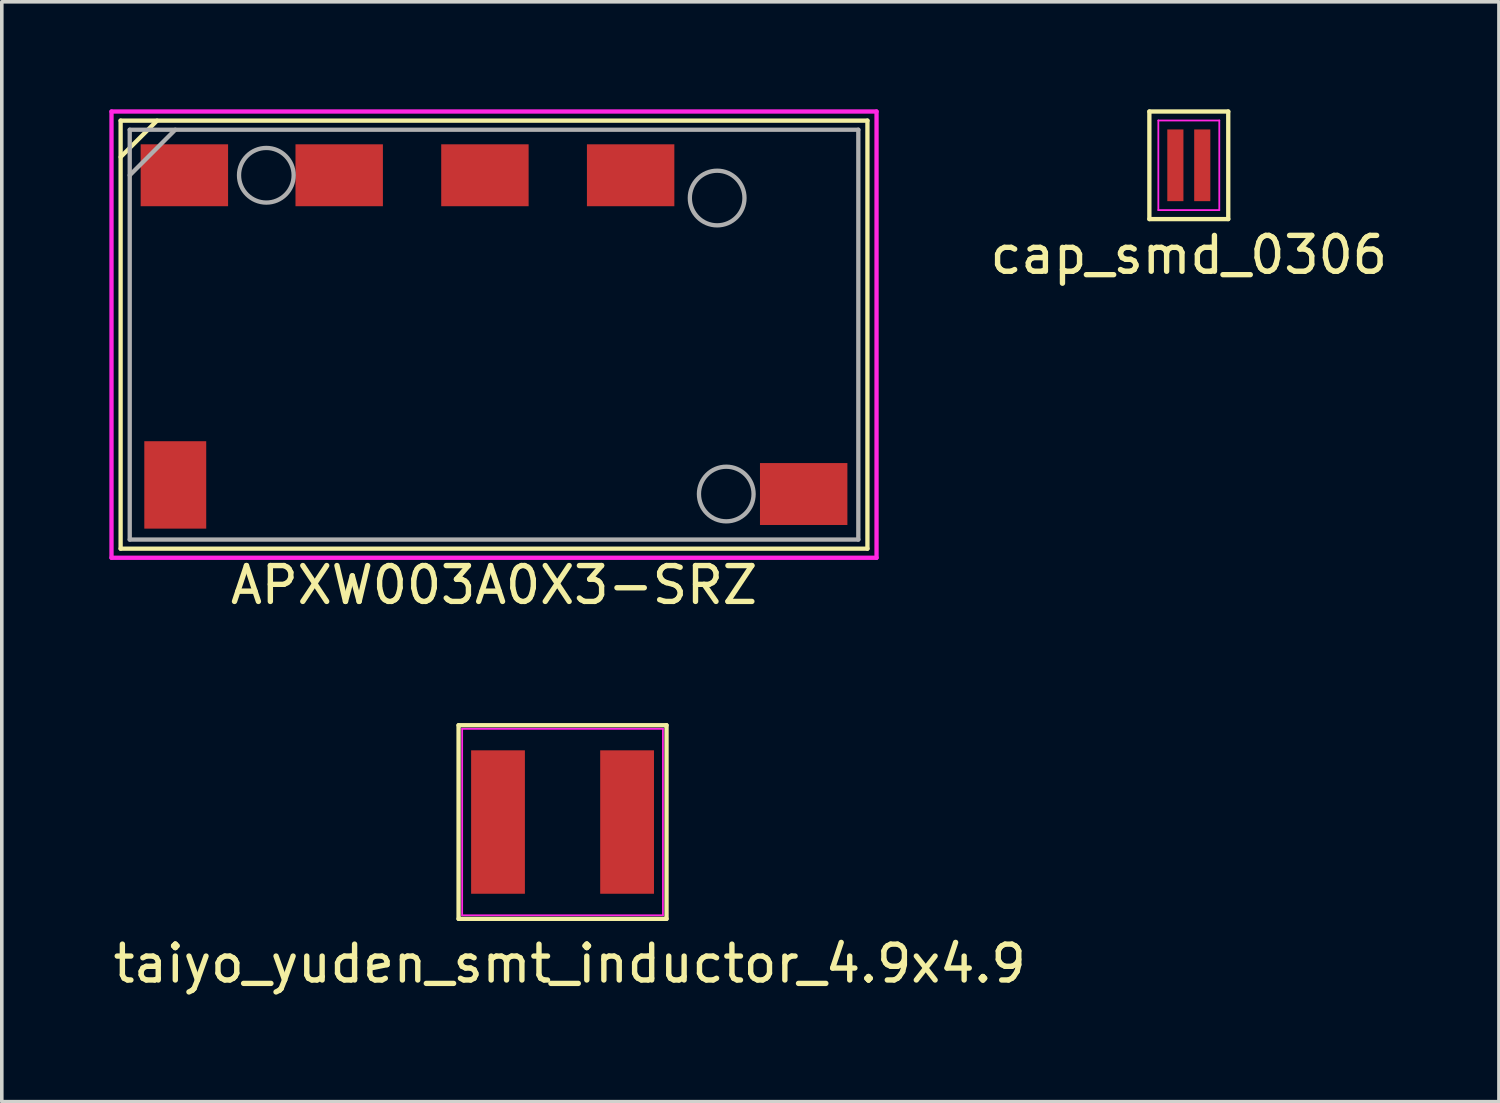
<source format=kicad_pcb>
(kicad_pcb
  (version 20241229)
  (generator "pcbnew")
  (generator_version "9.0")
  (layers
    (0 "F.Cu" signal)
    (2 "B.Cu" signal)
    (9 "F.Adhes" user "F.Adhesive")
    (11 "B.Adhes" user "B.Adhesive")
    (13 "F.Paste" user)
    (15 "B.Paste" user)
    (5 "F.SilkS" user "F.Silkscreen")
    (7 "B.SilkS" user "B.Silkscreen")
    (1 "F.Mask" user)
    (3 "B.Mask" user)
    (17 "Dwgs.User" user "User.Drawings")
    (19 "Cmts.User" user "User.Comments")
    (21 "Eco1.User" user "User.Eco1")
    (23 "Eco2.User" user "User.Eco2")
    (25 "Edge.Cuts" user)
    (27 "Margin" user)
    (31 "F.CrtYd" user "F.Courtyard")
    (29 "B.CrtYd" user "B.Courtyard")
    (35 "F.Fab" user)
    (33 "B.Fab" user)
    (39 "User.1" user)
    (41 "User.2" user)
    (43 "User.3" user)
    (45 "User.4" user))
  (footprint "taiyo_yuden_smt_inductor_4.9x4.9"
    (layer "F.Cu")
    (at 12.639 19.876)
    (property "Reference" "taiyo_yuden_smt_inductor_4.9x4.9" (at 0.2 3.95 0) (layer "F.SilkS") (effects (font (size 1 1) (thickness 0.15))))
    (attr smd)
    (fp_line (start -2.9 -2.7) (end 2.9 -2.7) (stroke (width 0.12) (type solid)) (layer "F.SilkS"))
    (fp_line (start -2.9 2.7) (end -2.9 -2.7) (stroke (width 0.12) (type solid)) (layer "F.SilkS"))
    (fp_line (start 2.9 -2.7) (end 2.9 2.7) (stroke (width 0.12) (type solid)) (layer "F.SilkS"))
    (fp_line (start 2.9 2.7) (end -2.9 2.7) (stroke (width 0.12) (type solid)) (layer "F.SilkS"))
    (fp_line (start -2.8 -2.6) (end 2.8 -2.6) (stroke (width 0.05) (type solid)) (layer "F.CrtYd"))
    (fp_line (start -2.8 2.6) (end -2.8 -2.6) (stroke (width 0.05) (type solid)) (layer "F.CrtYd"))
    (fp_line (start -2.8 2.6) (end 2.8 2.6) (stroke (width 0.05) (type solid)) (layer "F.CrtYd"))
    (fp_line (start 2.8 2.6) (end 2.8 -2.6) (stroke (width 0.05) (type solid)) (layer "F.CrtYd"))
    (pad "1" smd rect (at -1.8 0) (size 1.5 4) (layers "F.Cu" "F.Mask" "F.Paste"))
    (pad "2" smd rect (at 1.8 0) (size 1.5 4) (layers "F.Cu" "F.Mask" "F.Paste")))
  (footprint "cap_smd_0306"
    (layer "F.Cu")
    (at 30.105 1.56)
    (property "Reference" "cap_smd_0306" (at 0 2.5 0) (layer "F.SilkS") (effects (font (size 1 1) (thickness 0.15))))
    (attr smd)
    (fp_line (start -1.1 -1.5) (end 1.1 -1.5) (stroke (width 0.12) (type solid)) (layer "F.SilkS"))
    (fp_line (start -1.1 1.5) (end -1.1 -1.5) (stroke (width 0.12) (type solid)) (layer "F.SilkS"))
    (fp_line (start 1.1 -1.5) (end 1.1 1.5) (stroke (width 0.12) (type solid)) (layer "F.SilkS"))
    (fp_line (start 1.1 1.5) (end -1.1 1.5) (stroke (width 0.12) (type solid)) (layer "F.SilkS"))
    (fp_line (start -0.85 -1.25) (end 0.85 -1.25) (stroke (width 0.05) (type solid)) (layer "F.CrtYd"))
    (fp_line (start -0.85 1.25) (end -0.85 -1.25) (stroke (width 0.05) (type solid)) (layer "F.CrtYd"))
    (fp_line (start 0.85 -1.25) (end 0.85 1.25) (stroke (width 0.05) (type solid)) (layer "F.CrtYd"))
    (fp_line (start 0.85 1.25) (end -0.85 1.25) (stroke (width 0.05) (type solid)) (layer "F.CrtYd"))
    (pad "1" smd rect (at -0.375 0) (size 0.45 2) (layers "F.Cu" "F.Mask" "F.Paste"))
    (pad "2" smd rect (at 0.375 0) (size 0.45 2) (layers "F.Cu" "F.Mask" "F.Paste")))
  (footprint "APXW003A0X3-SRZ"
    (layer "F.Cu")
    (at 0.568 11.998)
    (property "Reference" "APXW003A0X3-SRZ" (at 10.16 1.27 0) (layer "F.SilkS") (effects (font (size 1 1) (thickness 0.15))))
    (attr through_hole)
    (fp_line (start -0.254 -11.684) (end 20.574 -11.684) (stroke (width 0.12) (type solid)) (layer "F.SilkS"))
    (fp_line (start -0.254 -10.668) (end 0.762 -11.684) (stroke (width 0.12) (type solid)) (layer "F.SilkS"))
    (fp_line (start -0.254 0.254) (end -0.254 -11.684) (stroke (width 0.12) (type solid)) (layer "F.SilkS"))
    (fp_line (start 20.574 -11.684) (end 20.574 0.254) (stroke (width 0.12) (type solid)) (layer "F.SilkS"))
    (fp_line (start 20.574 0.254) (end -0.254 0.254) (stroke (width 0.12) (type solid)) (layer "F.SilkS"))
    (fp_line (start -0.508 -11.938) (end 20.828 -11.938) (stroke (width 0.12) (type solid)) (layer "F.CrtYd"))
    (fp_line (start -0.508 0.508) (end -0.508 -11.938) (stroke (width 0.12) (type solid)) (layer "F.CrtYd"))
    (fp_line (start 20.828 -11.938) (end 20.828 0.508) (stroke (width 0.12) (type solid)) (layer "F.CrtYd"))
    (fp_line (start 20.828 0.508) (end -0.508 0.508) (stroke (width 0.12) (type solid)) (layer "F.CrtYd"))
    (fp_line (start 0 -11.43) (end 0 0) (stroke (width 0.12) (type solid)) (layer "F.Fab"))
    (fp_line (start 0 -10.16) (end 1.27 -11.43) (stroke (width 0.12) (type solid)) (layer "F.Fab"))
    (fp_line (start 0 0) (end 20.32 0) (stroke (width 0.12) (type solid)) (layer "F.Fab"))
    (fp_line (start 20.32 -11.43) (end 0 -11.43) (stroke (width 0.12) (type solid)) (layer "F.Fab"))
    (fp_line (start 20.32 0) (end 20.32 -11.43) (stroke (width 0.12) (type solid)) (layer "F.Fab"))
    (fp_circle (center 3.81 -10.16) (end 4.572 -10.16) (stroke (width 0.12) (type solid)) (fill no) (layer "F.Fab"))
    (fp_circle (center 16.383 -9.525) (end 17.145 -9.525) (stroke (width 0.12) (type solid)) (fill no) (layer "F.Fab"))
    (fp_circle (center 16.637 -1.27) (end 17.399 -1.27) (stroke (width 0.12) (type solid)) (fill no) (layer "F.Fab"))
    (pad "1" smd rect (at 1.27 -1.524 90) (size 2.438 1.727) (layers "F.Cu" "F.Mask" "F.Paste"))
    (pad "2" smd rect (at 18.796 -1.27 180) (size 2.438 1.727) (layers "F.Cu" "F.Mask" "F.Paste"))
    (pad "3" smd rect (at 13.97 -10.16) (size 2.438 1.727) (layers "F.Cu" "F.Mask" "F.Paste"))
    (pad "4" smd rect (at 9.906 -10.16) (size 2.438 1.727) (layers "F.Cu" "F.Mask" "F.Paste"))
    (pad "5" smd rect (at 5.842 -10.16) (size 2.438 1.727) (layers "F.Cu" "F.Mask" "F.Paste"))
    (pad "6" smd rect (at 1.524 -10.16) (size 2.438 1.727) (layers "F.Cu" "F.Mask" "F.Paste")))
  (gr_rect
    (start -3 -3)
    (end 38.754 27.674)
    (stroke (width 0.1) (type default))
    (fill no)
    (layer "Edge.Cuts")))
</source>
